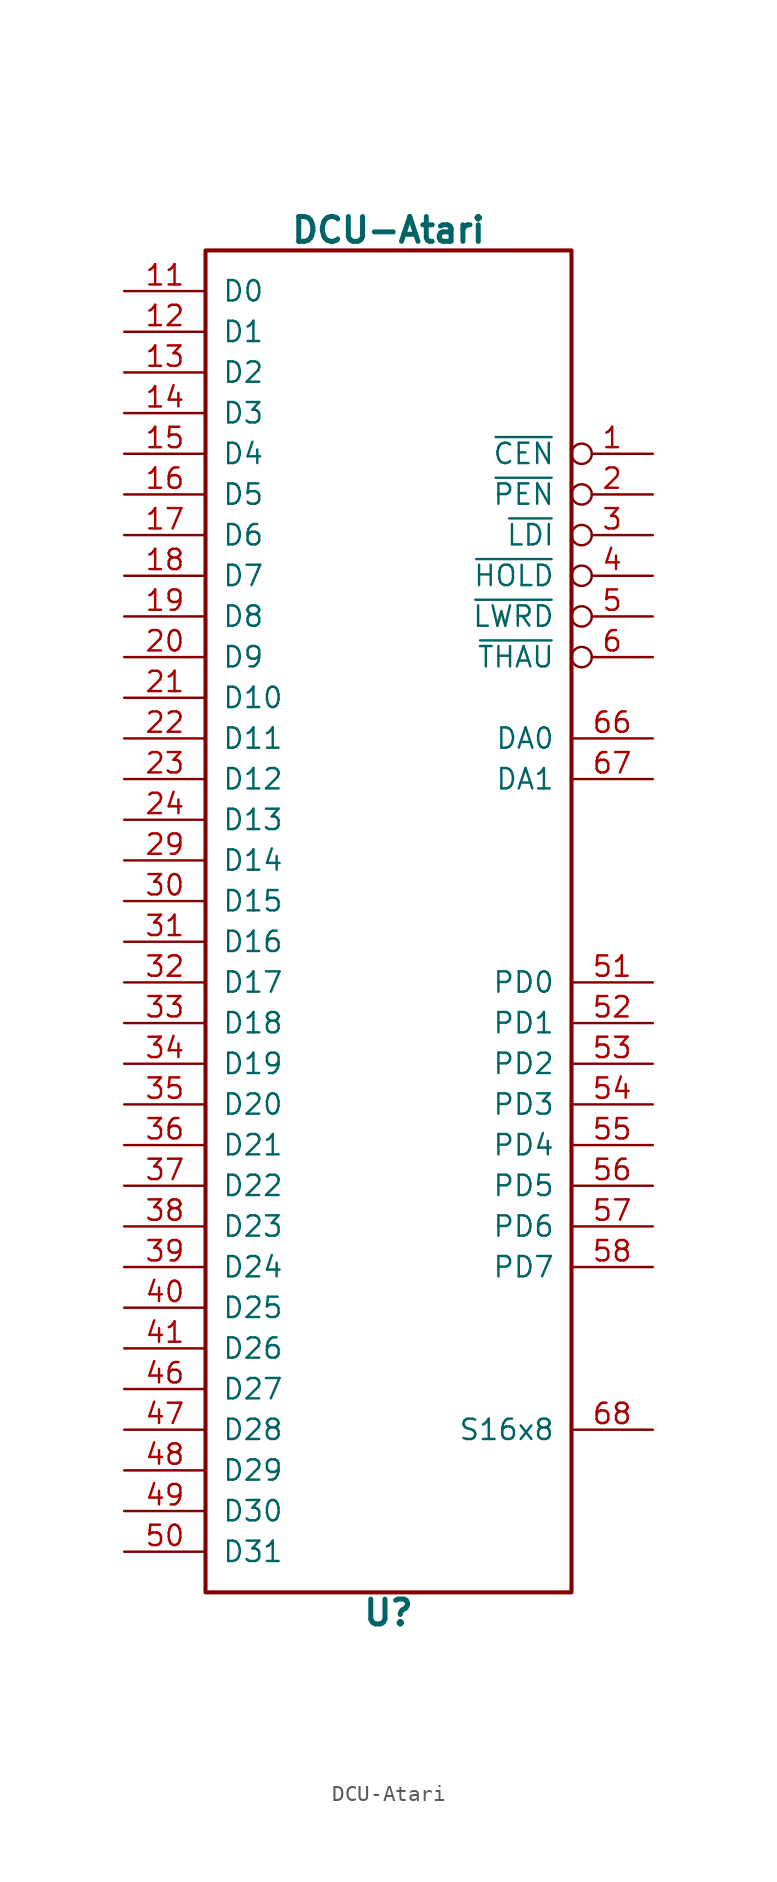
<source format=kicad_sym>
(kicad_symbol_lib
  (version 20231120)
  (generator "kicad_symbol_editor")
  (generator_version "8.0")
  (symbol "DCU-Atari"
    (pin_names
      (offset 1.016))
    (property "Reference" "U"
      (at 0 -43.18 0)
      (effects (font (size 1.549 1.549) (bold yes))))
    (property "Value" "DCU-Atari"
      (at 0 43.18 0)
      (effects (font (size 1.549 1.549) (bold yes))))
    (symbol "DCU-Atari_0_1"
      (rectangle (start -11.43 41.91) (end 11.43 -41.91) (stroke (width 0.254) (type solid)) (fill (type none))))
    (symbol "DCU-Atari_1_0"
      (pin bidirectional inverted (at 16.51 29.21 180) (length 5.08) (name "~{CEN}" (effects (font (size 1.27 1.27)))) (number "1" (effects (font (size 1.27 1.27)))))
      (pin power_in line (at 0 -10.16 270) (length 5.08) hide (name "GND" (effects (font (size 1.27 1.27)))) (number "10" (effects (font (size 1.27 1.27)))))
      (pin bidirectional line (at -16.51 39.37 0) (length 5.08) (name "D0" (effects (font (size 1.27 1.27)))) (number "11" (effects (font (size 1.27 1.27)))))
      (pin bidirectional line (at -16.51 36.83 0) (length 5.08) (name "D1" (effects (font (size 1.27 1.27)))) (number "12" (effects (font (size 1.27 1.27)))))
      (pin bidirectional line (at -16.51 34.29 0) (length 5.08) (name "D2" (effects (font (size 1.27 1.27)))) (number "13" (effects (font (size 1.27 1.27)))))
      (pin bidirectional line (at -16.51 31.75 0) (length 5.08) (name "D3" (effects (font (size 1.27 1.27)))) (number "14" (effects (font (size 1.27 1.27)))))
      (pin bidirectional line (at -16.51 29.21 0) (length 5.08) (name "D4" (effects (font (size 1.27 1.27)))) (number "15" (effects (font (size 1.27 1.27)))))
      (pin bidirectional line (at -16.51 26.67 0) (length 5.08) (name "D5" (effects (font (size 1.27 1.27)))) (number "16" (effects (font (size 1.27 1.27)))))
      (pin bidirectional line (at -16.51 24.13 0) (length 5.08) (name "D6" (effects (font (size 1.27 1.27)))) (number "17" (effects (font (size 1.27 1.27)))))
      (pin bidirectional line (at -16.51 21.59 0) (length 5.08) (name "D7" (effects (font (size 1.27 1.27)))) (number "18" (effects (font (size 1.27 1.27)))))
      (pin bidirectional line (at -16.51 19.05 0) (length 5.08) (name "D8" (effects (font (size 1.27 1.27)))) (number "19" (effects (font (size 1.27 1.27)))))
      (pin bidirectional inverted (at 16.51 26.67 180) (length 5.08) (name "~{PEN}" (effects (font (size 1.27 1.27)))) (number "2" (effects (font (size 1.27 1.27)))))
      (pin bidirectional line (at -16.51 16.51 0) (length 5.08) (name "D9" (effects (font (size 1.27 1.27)))) (number "20" (effects (font (size 1.27 1.27)))))
      (pin bidirectional line (at -16.51 13.97 0) (length 5.08) (name "D10" (effects (font (size 1.27 1.27)))) (number "21" (effects (font (size 1.27 1.27)))))
      (pin bidirectional line (at -16.51 11.43 0) (length 5.08) (name "D11" (effects (font (size 1.27 1.27)))) (number "22" (effects (font (size 1.27 1.27)))))
      (pin bidirectional line (at -16.51 8.89 0) (length 5.08) (name "D12" (effects (font (size 1.27 1.27)))) (number "23" (effects (font (size 1.27 1.27)))))
      (pin bidirectional line (at -16.51 6.35 0) (length 5.08) (name "D13" (effects (font (size 1.27 1.27)))) (number "24" (effects (font (size 1.27 1.27)))))
      (pin power_in line (at 0 -10.16 270) (length 5.08) hide (name "GND" (effects (font (size 1.27 1.27)))) (number "25" (effects (font (size 1.27 1.27)))))
      (pin power_in line (at 0 10.16 90) (length 5.08) hide (name "VCC" (effects (font (size 1.27 1.27)))) (number "26" (effects (font (size 1.27 1.27)))))
      (pin power_in line (at 0 10.16 90) (length 5.08) hide (name "VCC" (effects (font (size 1.27 1.27)))) (number "27" (effects (font (size 1.27 1.27)))))
      (pin power_in line (at 0 -10.16 270) (length 5.08) hide (name "GND" (effects (font (size 1.27 1.27)))) (number "28" (effects (font (size 1.27 1.27)))))
      (pin bidirectional line (at -16.51 3.81 0) (length 5.08) (name "D14" (effects (font (size 1.27 1.27)))) (number "29" (effects (font (size 1.27 1.27)))))
      (pin bidirectional inverted (at 16.51 24.13 180) (length 5.08) (name "~{LDI}" (effects (font (size 1.27 1.27)))) (number "3" (effects (font (size 1.27 1.27)))))
      (pin bidirectional line (at -16.51 1.27 0) (length 5.08) (name "D15" (effects (font (size 1.27 1.27)))) (number "30" (effects (font (size 1.27 1.27)))))
      (pin bidirectional line (at -16.51 -1.27 0) (length 5.08) (name "D16" (effects (font (size 1.27 1.27)))) (number "31" (effects (font (size 1.27 1.27)))))
      (pin bidirectional line (at -16.51 -3.81 0) (length 5.08) (name "D17" (effects (font (size 1.27 1.27)))) (number "32" (effects (font (size 1.27 1.27)))))
      (pin bidirectional line (at -16.51 -6.35 0) (length 5.08) (name "D18" (effects (font (size 1.27 1.27)))) (number "33" (effects (font (size 1.27 1.27)))))
      (pin bidirectional line (at -16.51 -8.89 0) (length 5.08) (name "D19" (effects (font (size 1.27 1.27)))) (number "34" (effects (font (size 1.27 1.27)))))
      (pin bidirectional line (at -16.51 -11.43 0) (length 5.08) (name "D20" (effects (font (size 1.27 1.27)))) (number "35" (effects (font (size 1.27 1.27)))))
      (pin bidirectional line (at -16.51 -13.97 0) (length 5.08) (name "D21" (effects (font (size 1.27 1.27)))) (number "36" (effects (font (size 1.27 1.27)))))
      (pin bidirectional line (at -16.51 -16.51 0) (length 5.08) (name "D22" (effects (font (size 1.27 1.27)))) (number "37" (effects (font (size 1.27 1.27)))))
      (pin bidirectional line (at -16.51 -19.05 0) (length 5.08) (name "D23" (effects (font (size 1.27 1.27)))) (number "38" (effects (font (size 1.27 1.27)))))
      (pin bidirectional line (at -16.51 -21.59 0) (length 5.08) (name "D24" (effects (font (size 1.27 1.27)))) (number "39" (effects (font (size 1.27 1.27)))))
      (pin bidirectional inverted (at 16.51 21.59 180) (length 5.08) (name "~{HOLD}" (effects (font (size 1.27 1.27)))) (number "4" (effects (font (size 1.27 1.27)))))
      (pin bidirectional line (at -16.51 -24.13 0) (length 5.08) (name "D25" (effects (font (size 1.27 1.27)))) (number "40" (effects (font (size 1.27 1.27)))))
      (pin bidirectional line (at -16.51 -26.67 0) (length 5.08) (name "D26" (effects (font (size 1.27 1.27)))) (number "41" (effects (font (size 1.27 1.27)))))
      (pin power_in line (at 0 -10.16 270) (length 5.08) hide (name "GND" (effects (font (size 1.27 1.27)))) (number "42" (effects (font (size 1.27 1.27)))))
      (pin power_in line (at 0 10.16 90) (length 5.08) hide (name "VCC" (effects (font (size 1.27 1.27)))) (number "43" (effects (font (size 1.27 1.27)))))
      (pin power_in line (at 0 10.16 90) (length 5.08) hide (name "VCC" (effects (font (size 1.27 1.27)))) (number "44" (effects (font (size 1.27 1.27)))))
      (pin power_in line (at 0 -10.16 270) (length 5.08) hide (name "GND" (effects (font (size 1.27 1.27)))) (number "45" (effects (font (size 1.27 1.27)))))
      (pin bidirectional line (at -16.51 -29.21 0) (length 5.08) (name "D27" (effects (font (size 1.27 1.27)))) (number "46" (effects (font (size 1.27 1.27)))))
      (pin bidirectional line (at -16.51 -31.75 0) (length 5.08) (name "D28" (effects (font (size 1.27 1.27)))) (number "47" (effects (font (size 1.27 1.27)))))
      (pin bidirectional line (at -16.51 -34.29 0) (length 5.08) (name "D29" (effects (font (size 1.27 1.27)))) (number "48" (effects (font (size 1.27 1.27)))))
      (pin bidirectional line (at -16.51 -36.83 0) (length 5.08) (name "D30" (effects (font (size 1.27 1.27)))) (number "49" (effects (font (size 1.27 1.27)))))
      (pin bidirectional inverted (at 16.51 19.05 180) (length 5.08) (name "~{LWRD}" (effects (font (size 1.27 1.27)))) (number "5" (effects (font (size 1.27 1.27)))))
      (pin bidirectional line (at -16.51 -39.37 0) (length 5.08) (name "D31" (effects (font (size 1.27 1.27)))) (number "50" (effects (font (size 1.27 1.27)))))
      (pin bidirectional line (at 16.51 -3.81 180) (length 5.08) (name "PD0" (effects (font (size 1.27 1.27)))) (number "51" (effects (font (size 1.27 1.27)))))
      (pin bidirectional line (at 16.51 -6.35 180) (length 5.08) (name "PD1" (effects (font (size 1.27 1.27)))) (number "52" (effects (font (size 1.27 1.27)))))
      (pin bidirectional line (at 16.51 -8.89 180) (length 5.08) (name "PD2" (effects (font (size 1.27 1.27)))) (number "53" (effects (font (size 1.27 1.27)))))
      (pin bidirectional line (at 16.51 -11.43 180) (length 5.08) (name "PD3" (effects (font (size 1.27 1.27)))) (number "54" (effects (font (size 1.27 1.27)))))
      (pin bidirectional line (at 16.51 -13.97 180) (length 5.08) (name "PD4" (effects (font (size 1.27 1.27)))) (number "55" (effects (font (size 1.27 1.27)))))
      (pin bidirectional line (at 16.51 -16.51 180) (length 5.08) (name "PD5" (effects (font (size 1.27 1.27)))) (number "56" (effects (font (size 1.27 1.27)))))
      (pin bidirectional line (at 16.51 -19.05 180) (length 5.08) (name "PD6" (effects (font (size 1.27 1.27)))) (number "57" (effects (font (size 1.27 1.27)))))
      (pin bidirectional line (at 16.51 -21.59 180) (length 5.08) (name "PD7" (effects (font (size 1.27 1.27)))) (number "58" (effects (font (size 1.27 1.27)))))
      (pin power_in line (at 0 -10.16 270) (length 5.08) hide (name "GND" (effects (font (size 1.27 1.27)))) (number "59" (effects (font (size 1.27 1.27)))))
      (pin bidirectional inverted (at 16.51 16.51 180) (length 5.08) (name "~{THAU}" (effects (font (size 1.27 1.27)))) (number "6" (effects (font (size 1.27 1.27)))))
      (pin power_in line (at 0 10.16 90) (length 5.08) hide (name "VCC" (effects (font (size 1.27 1.27)))) (number "60" (effects (font (size 1.27 1.27)))))
      (pin power_in line (at 0 10.16 90) (length 5.08) hide (name "VCC" (effects (font (size 1.27 1.27)))) (number "61" (effects (font (size 1.27 1.27)))))
      (pin power_in line (at 0 -10.16 270) (length 5.08) hide (name "GND" (effects (font (size 1.27 1.27)))) (number "62" (effects (font (size 1.27 1.27)))))
      (pin bidirectional line (at 16.51 11.43 180) (length 5.08) (name "DA0" (effects (font (size 1.27 1.27)))) (number "66" (effects (font (size 1.27 1.27)))))
      (pin bidirectional line (at 16.51 8.89 180) (length 5.08) (name "DA1" (effects (font (size 1.27 1.27)))) (number "67" (effects (font (size 1.27 1.27)))))
      (pin bidirectional line (at 16.51 -31.75 180) (length 5.08) (name "S16x8~{}" (effects (font (size 1.27 1.27)))) (number "68" (effects (font (size 1.27 1.27)))))
      (pin power_in line (at 0 -10.16 270) (length 5.08) hide (name "GND" (effects (font (size 1.27 1.27)))) (number "7" (effects (font (size 1.27 1.27)))))
      (pin power_in line (at 0 10.16 90) (length 5.08) hide (name "VCC" (effects (font (size 1.27 1.27)))) (number "8" (effects (font (size 1.27 1.27)))))
      (pin power_in line (at 0 10.16 90) (length 5.08) hide (name "VCC" (effects (font (size 1.27 1.27)))) (number "9" (effects (font (size 1.27 1.27))))))))
</source>
